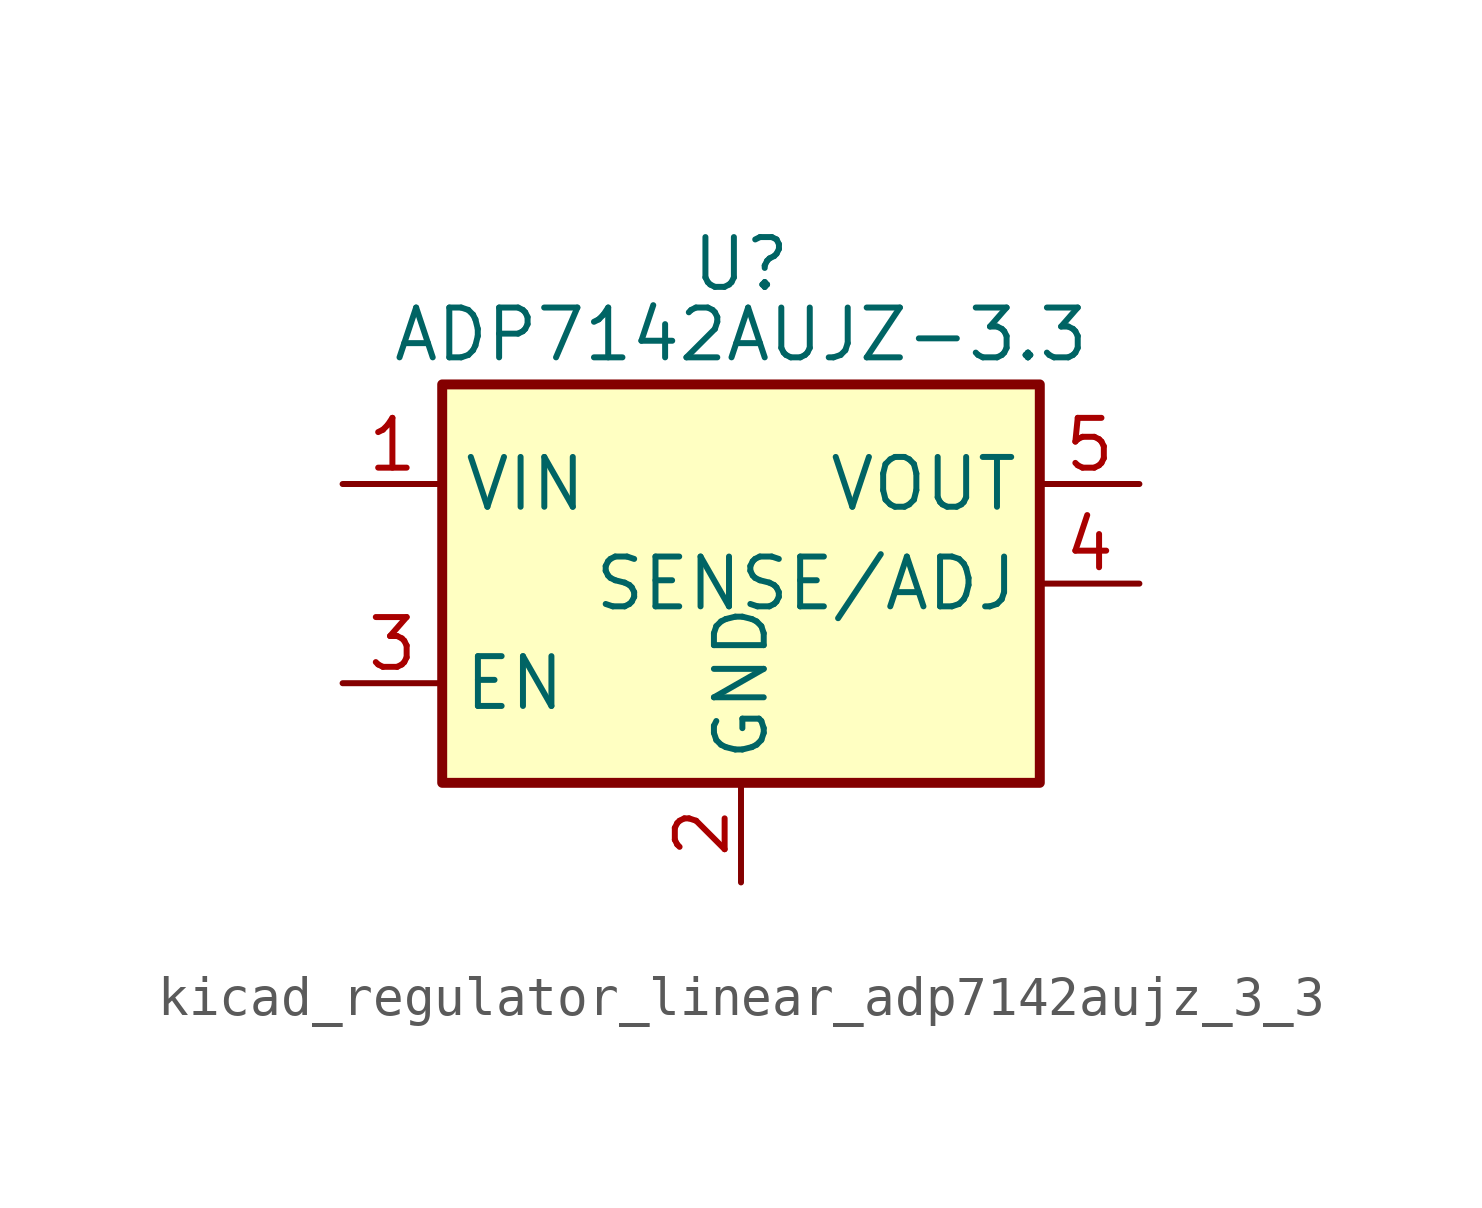
<source format=kicad_sym>
(kicad_symbol_lib
  (version 20220914)
  (generator kicad_symbol_editor)
  (symbol "kicad_regulator_linear_adp7142aujz_3_3"
    (property "Reference" "U"
      (at 0 8.89 0)
      (effects (font (size 1.27 1.27)) (justify top)))
    (property "Value" "ADP7142AUJZ-3.3"
      (at 0 6.35 0)
      (effects (font (size 1.27 1.27))))
    (symbol "kicad_regulator_linear_adp7142aujz_3_3_0_1"
      (rectangle (start -7.62 5.08) (end 7.62 -5.08) (stroke (width 0.254) (type default)) (fill (type background))))
    (symbol "kicad_regulator_linear_adp7142aujz_3_3_1_1"
      (pin power_in line (at -10.16 2.54 0) (length 2.54) (name "VIN" (effects (font (size 1.27 1.27)))) (number "1" (effects (font (size 1.27 1.27)))))
      (pin power_in line (at 0 -7.62 90) (length 2.54) (name "GND" (effects (font (size 1.27 1.27)))) (number "2" (effects (font (size 1.27 1.27)))))
      (pin input line (at -10.16 -2.54 0) (length 2.54) (name "EN" (effects (font (size 1.27 1.27)))) (number "3" (effects (font (size 1.27 1.27)))))
      (pin input line (at 10.16 0 180) (length 2.54) (name "SENSE/ADJ" (effects (font (size 1.27 1.27)))) (number "4" (effects (font (size 1.27 1.27)))))
      (pin power_out line (at 10.16 2.54 180) (length 2.54) (name "VOUT" (effects (font (size 1.27 1.27)))) (number "5" (effects (font (size 1.27 1.27))))))))
</source>
